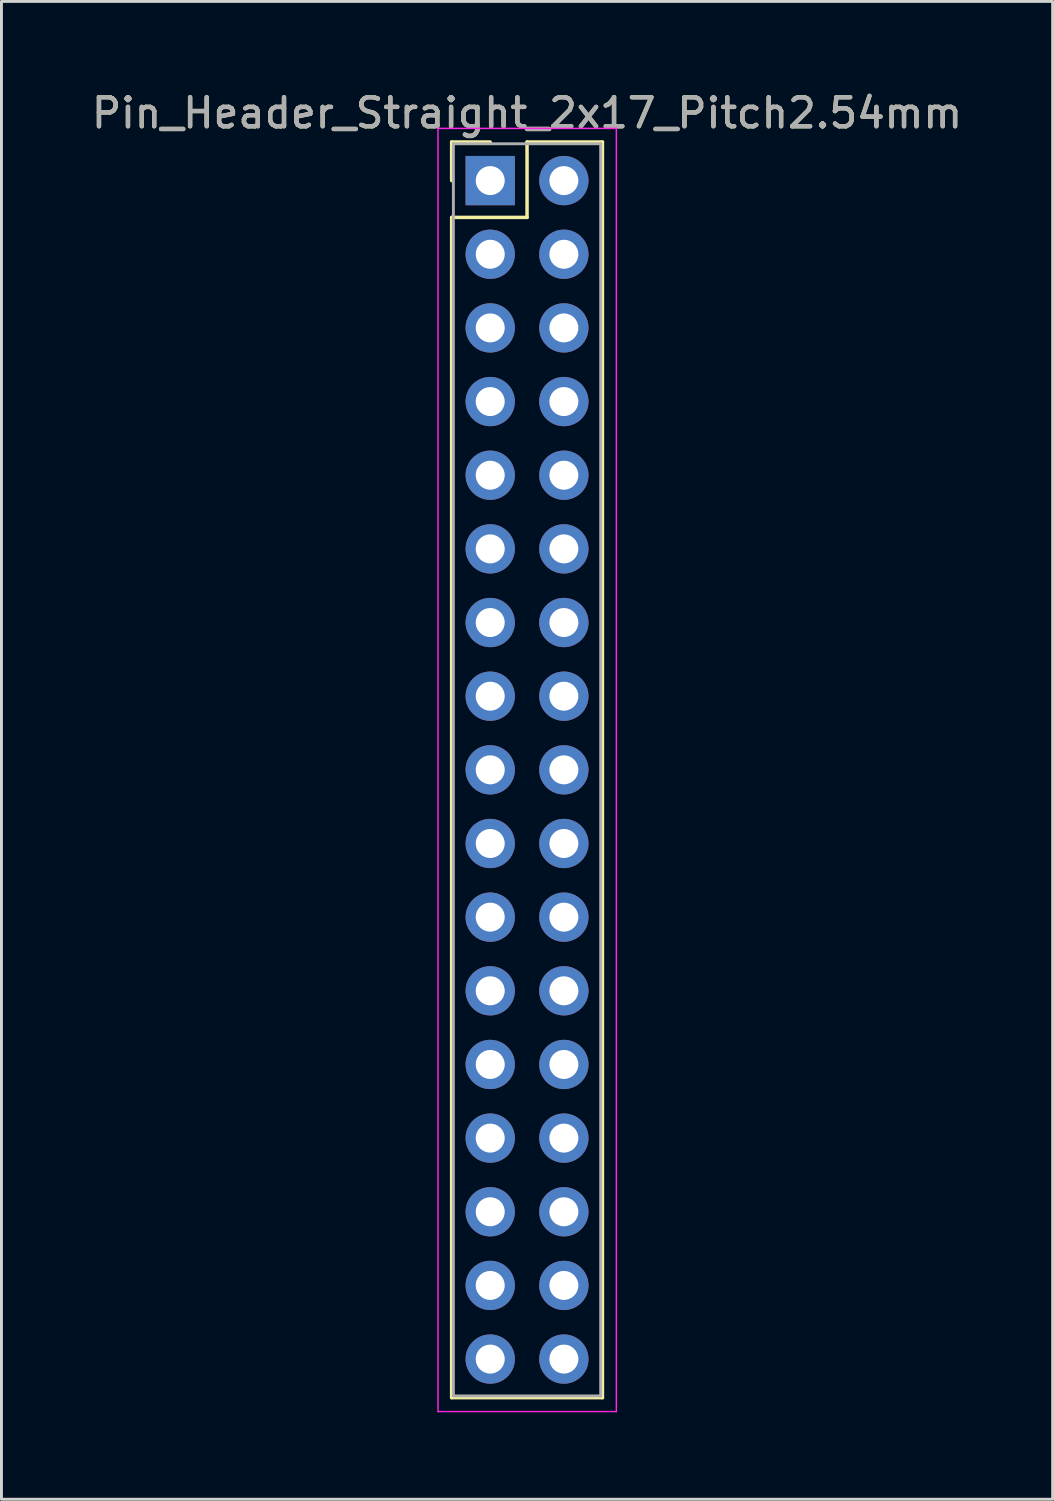
<source format=kicad_pcb>
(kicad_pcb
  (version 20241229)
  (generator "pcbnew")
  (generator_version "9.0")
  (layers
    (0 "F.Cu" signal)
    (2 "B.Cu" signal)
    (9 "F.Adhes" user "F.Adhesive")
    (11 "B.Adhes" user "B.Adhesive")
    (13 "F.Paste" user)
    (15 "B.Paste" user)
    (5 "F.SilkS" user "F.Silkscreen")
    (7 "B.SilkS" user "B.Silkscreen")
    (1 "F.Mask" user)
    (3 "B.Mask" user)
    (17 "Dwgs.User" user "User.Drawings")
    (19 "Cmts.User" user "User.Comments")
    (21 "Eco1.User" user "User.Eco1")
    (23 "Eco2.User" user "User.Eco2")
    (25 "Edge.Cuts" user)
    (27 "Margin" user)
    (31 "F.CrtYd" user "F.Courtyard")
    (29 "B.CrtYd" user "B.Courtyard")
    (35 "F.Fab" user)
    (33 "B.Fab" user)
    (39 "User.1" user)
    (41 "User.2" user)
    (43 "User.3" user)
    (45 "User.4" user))
  (footprint "Pin_Header_Straight_2x17_Pitch2.54mm"
    (layer "F.Cu")
    (at 13.855 3.178)
    (property "Reference" "Pin_Header_Straight_2x17_Pitch2.54mm" (at 1.27 -2.33 0) (layer "F.SilkS") (effects (font (size 1 1) (thickness 0.15))))
    (attr through_hole)
    (fp_line (start -1.33 -1.33) (end 0 -1.33) (stroke (width 0.12) (type solid)) (layer "F.SilkS"))
    (fp_line (start -1.33 0) (end -1.33 -1.33) (stroke (width 0.12) (type solid)) (layer "F.SilkS"))
    (fp_line (start -1.33 1.27) (end -1.33 41.97) (stroke (width 0.12) (type solid)) (layer "F.SilkS"))
    (fp_line (start -1.33 41.97) (end 3.87 41.97) (stroke (width 0.12) (type solid)) (layer "F.SilkS"))
    (fp_line (start 1.27 -1.33) (end 1.27 1.27) (stroke (width 0.12) (type solid)) (layer "F.SilkS"))
    (fp_line (start 1.27 1.27) (end -1.33 1.27) (stroke (width 0.12) (type solid)) (layer "F.SilkS"))
    (fp_line (start 3.87 -1.33) (end 1.27 -1.33) (stroke (width 0.12) (type solid)) (layer "F.SilkS"))
    (fp_line (start 3.87 41.97) (end 3.87 -1.33) (stroke (width 0.12) (type solid)) (layer "F.SilkS"))
    (fp_line (start -1.8 -1.8) (end -1.8 42.45) (stroke (width 0.05) (type solid)) (layer "F.CrtYd"))
    (fp_line (start -1.8 42.45) (end 4.35 42.45) (stroke (width 0.05) (type solid)) (layer "F.CrtYd"))
    (fp_line (start 4.35 -1.8) (end -1.8 -1.8) (stroke (width 0.05) (type solid)) (layer "F.CrtYd"))
    (fp_line (start 4.35 42.45) (end 4.35 -1.8) (stroke (width 0.05) (type solid)) (layer "F.CrtYd"))
    (fp_line (start -1.27 -1.27) (end -1.27 41.91) (stroke (width 0.1) (type solid)) (layer "F.Fab"))
    (fp_line (start -1.27 41.91) (end 3.81 41.91) (stroke (width 0.1) (type solid)) (layer "F.Fab"))
    (fp_line (start 3.81 -1.27) (end -1.27 -1.27) (stroke (width 0.1) (type solid)) (layer "F.Fab"))
    (fp_line (start 3.81 41.91) (end 3.81 -1.27) (stroke (width 0.1) (type solid)) (layer "F.Fab"))
    (fp_text user "${REFERENCE}" (at 1.27 -2.33 0) (layer "F.Fab") (effects (font (size 1 1) (thickness 0.15))))
    (pad "1" thru_hole rect (at 0 0) (size 1.7 1.7) (drill 1) (layers "*.Cu" "*.Mask"))
    (pad "2" thru_hole oval (at 2.54 0) (size 1.7 1.7) (drill 1) (layers "*.Cu" "*.Mask"))
    (pad "3" thru_hole oval (at 0 2.54) (size 1.7 1.7) (drill 1) (layers "*.Cu" "*.Mask"))
    (pad "4" thru_hole oval (at 2.54 2.54) (size 1.7 1.7) (drill 1) (layers "*.Cu" "*.Mask"))
    (pad "5" thru_hole oval (at 0 5.08) (size 1.7 1.7) (drill 1) (layers "*.Cu" "*.Mask"))
    (pad "6" thru_hole oval (at 2.54 5.08) (size 1.7 1.7) (drill 1) (layers "*.Cu" "*.Mask"))
    (pad "7" thru_hole oval (at 0 7.62) (size 1.7 1.7) (drill 1) (layers "*.Cu" "*.Mask"))
    (pad "8" thru_hole oval (at 2.54 7.62) (size 1.7 1.7) (drill 1) (layers "*.Cu" "*.Mask"))
    (pad "9" thru_hole oval (at 0 10.16) (size 1.7 1.7) (drill 1) (layers "*.Cu" "*.Mask"))
    (pad "10" thru_hole oval (at 2.54 10.16) (size 1.7 1.7) (drill 1) (layers "*.Cu" "*.Mask"))
    (pad "11" thru_hole oval (at 0 12.7) (size 1.7 1.7) (drill 1) (layers "*.Cu" "*.Mask"))
    (pad "12" thru_hole oval (at 2.54 12.7) (size 1.7 1.7) (drill 1) (layers "*.Cu" "*.Mask"))
    (pad "13" thru_hole oval (at 0 15.24) (size 1.7 1.7) (drill 1) (layers "*.Cu" "*.Mask"))
    (pad "14" thru_hole oval (at 2.54 15.24) (size 1.7 1.7) (drill 1) (layers "*.Cu" "*.Mask"))
    (pad "15" thru_hole oval (at 0 17.78) (size 1.7 1.7) (drill 1) (layers "*.Cu" "*.Mask"))
    (pad "16" thru_hole oval (at 2.54 17.78) (size 1.7 1.7) (drill 1) (layers "*.Cu" "*.Mask"))
    (pad "17" thru_hole oval (at 0 20.32) (size 1.7 1.7) (drill 1) (layers "*.Cu" "*.Mask"))
    (pad "18" thru_hole oval (at 2.54 20.32) (size 1.7 1.7) (drill 1) (layers "*.Cu" "*.Mask"))
    (pad "19" thru_hole oval (at 0 22.86) (size 1.7 1.7) (drill 1) (layers "*.Cu" "*.Mask"))
    (pad "20" thru_hole oval (at 2.54 22.86) (size 1.7 1.7) (drill 1) (layers "*.Cu" "*.Mask"))
    (pad "21" thru_hole oval (at 0 25.4) (size 1.7 1.7) (drill 1) (layers "*.Cu" "*.Mask"))
    (pad "22" thru_hole oval (at 2.54 25.4) (size 1.7 1.7) (drill 1) (layers "*.Cu" "*.Mask"))
    (pad "23" thru_hole oval (at 0 27.94) (size 1.7 1.7) (drill 1) (layers "*.Cu" "*.Mask"))
    (pad "24" thru_hole oval (at 2.54 27.94) (size 1.7 1.7) (drill 1) (layers "*.Cu" "*.Mask"))
    (pad "25" thru_hole oval (at 0 30.48) (size 1.7 1.7) (drill 1) (layers "*.Cu" "*.Mask"))
    (pad "26" thru_hole oval (at 2.54 30.48) (size 1.7 1.7) (drill 1) (layers "*.Cu" "*.Mask"))
    (pad "27" thru_hole oval (at 0 33.02) (size 1.7 1.7) (drill 1) (layers "*.Cu" "*.Mask"))
    (pad "28" thru_hole oval (at 2.54 33.02) (size 1.7 1.7) (drill 1) (layers "*.Cu" "*.Mask"))
    (pad "29" thru_hole oval (at 0 35.56) (size 1.7 1.7) (drill 1) (layers "*.Cu" "*.Mask"))
    (pad "30" thru_hole oval (at 2.54 35.56) (size 1.7 1.7) (drill 1) (layers "*.Cu" "*.Mask"))
    (pad "31" thru_hole oval (at 0 38.1) (size 1.7 1.7) (drill 1) (layers "*.Cu" "*.Mask"))
    (pad "32" thru_hole oval (at 2.54 38.1) (size 1.7 1.7) (drill 1) (layers "*.Cu" "*.Mask"))
    (pad "33" thru_hole oval (at 0 40.64) (size 1.7 1.7) (drill 1) (layers "*.Cu" "*.Mask"))
    (pad "34" thru_hole oval (at 2.54 40.64) (size 1.7 1.7) (drill 1) (layers "*.Cu" "*.Mask")))
  (gr_rect
    (start -3 -3)
    (end 33.25 48.653)
    (stroke (width 0.1) (type default))
    (fill no)
    (layer "Edge.Cuts")))
</source>
